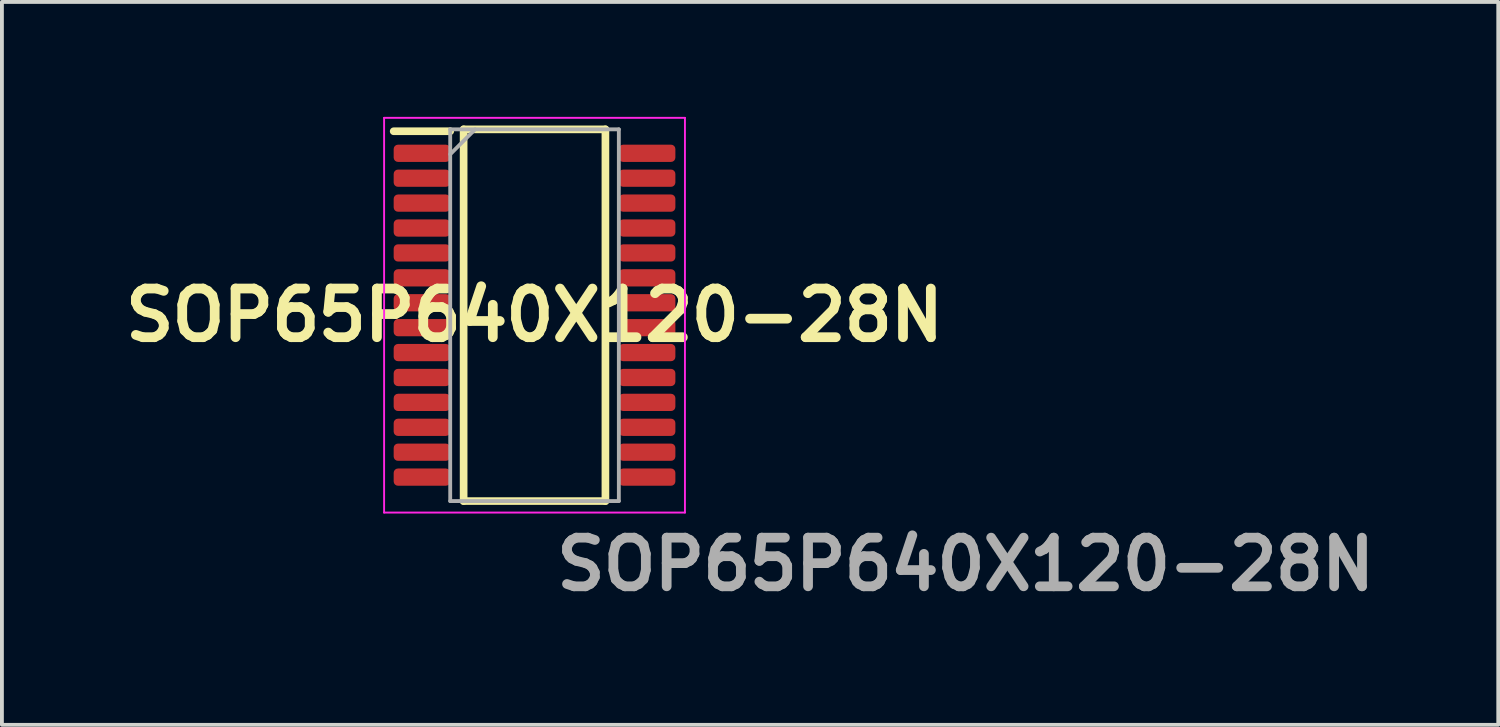
<source format=kicad_pcb>
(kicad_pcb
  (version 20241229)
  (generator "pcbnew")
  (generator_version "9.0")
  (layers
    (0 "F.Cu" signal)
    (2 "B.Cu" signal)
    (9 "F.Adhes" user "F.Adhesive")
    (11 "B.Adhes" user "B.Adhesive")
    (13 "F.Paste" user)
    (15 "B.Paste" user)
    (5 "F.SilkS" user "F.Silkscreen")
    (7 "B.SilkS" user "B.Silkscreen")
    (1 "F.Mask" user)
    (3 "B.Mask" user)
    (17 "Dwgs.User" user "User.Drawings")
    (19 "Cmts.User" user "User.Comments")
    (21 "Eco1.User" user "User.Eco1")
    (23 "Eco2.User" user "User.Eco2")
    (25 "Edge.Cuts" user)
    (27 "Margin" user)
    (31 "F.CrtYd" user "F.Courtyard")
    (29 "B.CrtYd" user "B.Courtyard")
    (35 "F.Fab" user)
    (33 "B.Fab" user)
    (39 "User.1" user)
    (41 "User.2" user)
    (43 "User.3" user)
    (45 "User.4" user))
  (footprint "SOP65P640X120-28N"
    (layer "F.Cu")
    (at 10.898 5.175)
    (property "Reference" "SOP65P640X120-28N" (at 0 0 0) (layer "F.SilkS") (effects (font (size 1.27 1.27) (thickness 0.254))))
    (attr smd)
    (fp_line (start -3.675 -4.8) (end -2.2 -4.8) (stroke (width 0.2) (type solid)) (layer "F.SilkS"))
    (fp_line (start -1.85 -4.85) (end 1.85 -4.85) (stroke (width 0.2) (type solid)) (layer "F.SilkS"))
    (fp_line (start -1.85 4.85) (end -1.85 -4.85) (stroke (width 0.2) (type solid)) (layer "F.SilkS"))
    (fp_line (start 1.85 -4.85) (end 1.85 4.85) (stroke (width 0.2) (type solid)) (layer "F.SilkS"))
    (fp_line (start 1.85 4.85) (end -1.85 4.85) (stroke (width 0.2) (type solid)) (layer "F.SilkS"))
    (fp_line (start -3.925 -5.15) (end 3.925 -5.15) (stroke (width 0.05) (type solid)) (layer "F.CrtYd"))
    (fp_line (start -3.925 5.15) (end -3.925 -5.15) (stroke (width 0.05) (type solid)) (layer "F.CrtYd"))
    (fp_line (start 3.925 -5.15) (end 3.925 5.15) (stroke (width 0.05) (type solid)) (layer "F.CrtYd"))
    (fp_line (start 3.925 5.15) (end -3.925 5.15) (stroke (width 0.05) (type solid)) (layer "F.CrtYd"))
    (fp_line (start -2.2 -4.85) (end 2.2 -4.85) (stroke (width 0.1) (type solid)) (layer "F.Fab"))
    (fp_line (start -2.2 -4.2) (end -1.55 -4.85) (stroke (width 0.1) (type solid)) (layer "F.Fab"))
    (fp_line (start -2.2 4.85) (end -2.2 -4.85) (stroke (width 0.1) (type solid)) (layer "F.Fab"))
    (fp_line (start 2.2 -4.85) (end 2.2 4.85) (stroke (width 0.1) (type solid)) (layer "F.Fab"))
    (fp_line (start 2.2 4.85) (end -2.2 4.85) (stroke (width 0.1) (type solid)) (layer "F.Fab"))
    (fp_text user "${REFERENCE}" (at 11.25 6.5 0) (layer "F.Fab") (effects (font (size 1.27 1.27) (thickness 0.254))))
    (pad "1" smd roundrect (at -2.938 -4.225 90) (size 0.45 1.475) (layers "F.Cu" "F.Mask" "F.Paste") (roundrect_rratio 0.25))
    (pad "2" smd roundrect (at -2.938 -3.575 90) (size 0.45 1.475) (layers "F.Cu" "F.Mask" "F.Paste") (roundrect_rratio 0.25))
    (pad "3" smd roundrect (at -2.938 -2.925 90) (size 0.45 1.475) (layers "F.Cu" "F.Mask" "F.Paste") (roundrect_rratio 0.25))
    (pad "4" smd roundrect (at -2.938 -2.275 90) (size 0.45 1.475) (layers "F.Cu" "F.Mask" "F.Paste") (roundrect_rratio 0.25))
    (pad "5" smd roundrect (at -2.938 -1.625 90) (size 0.45 1.475) (layers "F.Cu" "F.Mask" "F.Paste") (roundrect_rratio 0.25))
    (pad "6" smd roundrect (at -2.938 -0.975 90) (size 0.45 1.475) (layers "F.Cu" "F.Mask" "F.Paste") (roundrect_rratio 0.25))
    (pad "7" smd roundrect (at -2.938 -0.325 90) (size 0.45 1.475) (layers "F.Cu" "F.Mask" "F.Paste") (roundrect_rratio 0.25))
    (pad "8" smd roundrect (at -2.938 0.325 90) (size 0.45 1.475) (layers "F.Cu" "F.Mask" "F.Paste") (roundrect_rratio 0.25))
    (pad "9" smd roundrect (at -2.938 0.975 90) (size 0.45 1.475) (layers "F.Cu" "F.Mask" "F.Paste") (roundrect_rratio 0.25))
    (pad "10" smd roundrect (at -2.938 1.625 90) (size 0.45 1.475) (layers "F.Cu" "F.Mask" "F.Paste") (roundrect_rratio 0.25))
    (pad "11" smd roundrect (at -2.938 2.275 90) (size 0.45 1.475) (layers "F.Cu" "F.Mask" "F.Paste") (roundrect_rratio 0.25))
    (pad "12" smd roundrect (at -2.938 2.925 90) (size 0.45 1.475) (layers "F.Cu" "F.Mask" "F.Paste") (roundrect_rratio 0.25))
    (pad "13" smd roundrect (at -2.938 3.575 90) (size 0.45 1.475) (layers "F.Cu" "F.Mask" "F.Paste") (roundrect_rratio 0.25))
    (pad "14" smd roundrect (at -2.938 4.225 90) (size 0.45 1.475) (layers "F.Cu" "F.Mask" "F.Paste") (roundrect_rratio 0.25))
    (pad "15" smd roundrect (at 2.938 4.225 90) (size 0.45 1.475) (layers "F.Cu" "F.Mask" "F.Paste") (roundrect_rratio 0.25))
    (pad "16" smd roundrect (at 2.938 3.575 90) (size 0.45 1.475) (layers "F.Cu" "F.Mask" "F.Paste") (roundrect_rratio 0.25))
    (pad "17" smd roundrect (at 2.938 2.925 90) (size 0.45 1.475) (layers "F.Cu" "F.Mask" "F.Paste") (roundrect_rratio 0.25))
    (pad "18" smd roundrect (at 2.938 2.275 90) (size 0.45 1.475) (layers "F.Cu" "F.Mask" "F.Paste") (roundrect_rratio 0.25))
    (pad "19" smd roundrect (at 2.938 1.625 90) (size 0.45 1.475) (layers "F.Cu" "F.Mask" "F.Paste") (roundrect_rratio 0.25))
    (pad "20" smd roundrect (at 2.938 0.975 90) (size 0.45 1.475) (layers "F.Cu" "F.Mask" "F.Paste") (roundrect_rratio 0.25))
    (pad "21" smd roundrect (at 2.938 0.325 90) (size 0.45 1.475) (layers "F.Cu" "F.Mask" "F.Paste") (roundrect_rratio 0.25))
    (pad "22" smd roundrect (at 2.938 -0.325 90) (size 0.45 1.475) (layers "F.Cu" "F.Mask" "F.Paste") (roundrect_rratio 0.25))
    (pad "23" smd roundrect (at 2.938 -0.975 90) (size 0.45 1.475) (layers "F.Cu" "F.Mask" "F.Paste") (roundrect_rratio 0.25))
    (pad "24" smd roundrect (at 2.938 -1.625 90) (size 0.45 1.475) (layers "F.Cu" "F.Mask" "F.Paste") (roundrect_rratio 0.25))
    (pad "25" smd roundrect (at 2.938 -2.275 90) (size 0.45 1.475) (layers "F.Cu" "F.Mask" "F.Paste") (roundrect_rratio 0.25))
    (pad "26" smd roundrect (at 2.938 -2.925 90) (size 0.45 1.475) (layers "F.Cu" "F.Mask" "F.Paste") (roundrect_rratio 0.25))
    (pad "27" smd roundrect (at 2.938 -3.575 90) (size 0.45 1.475) (layers "F.Cu" "F.Mask" "F.Paste") (roundrect_rratio 0.25))
    (pad "28" smd roundrect (at 2.938 -4.225 90) (size 0.45 1.475) (layers "F.Cu" "F.Mask" "F.Paste") (roundrect_rratio 0.25)))
  (gr_rect
    (start -3 -3)
    (end 36.046 15.864)
    (stroke (width 0.1) (type default))
    (fill no)
    (layer "Edge.Cuts")))
</source>
